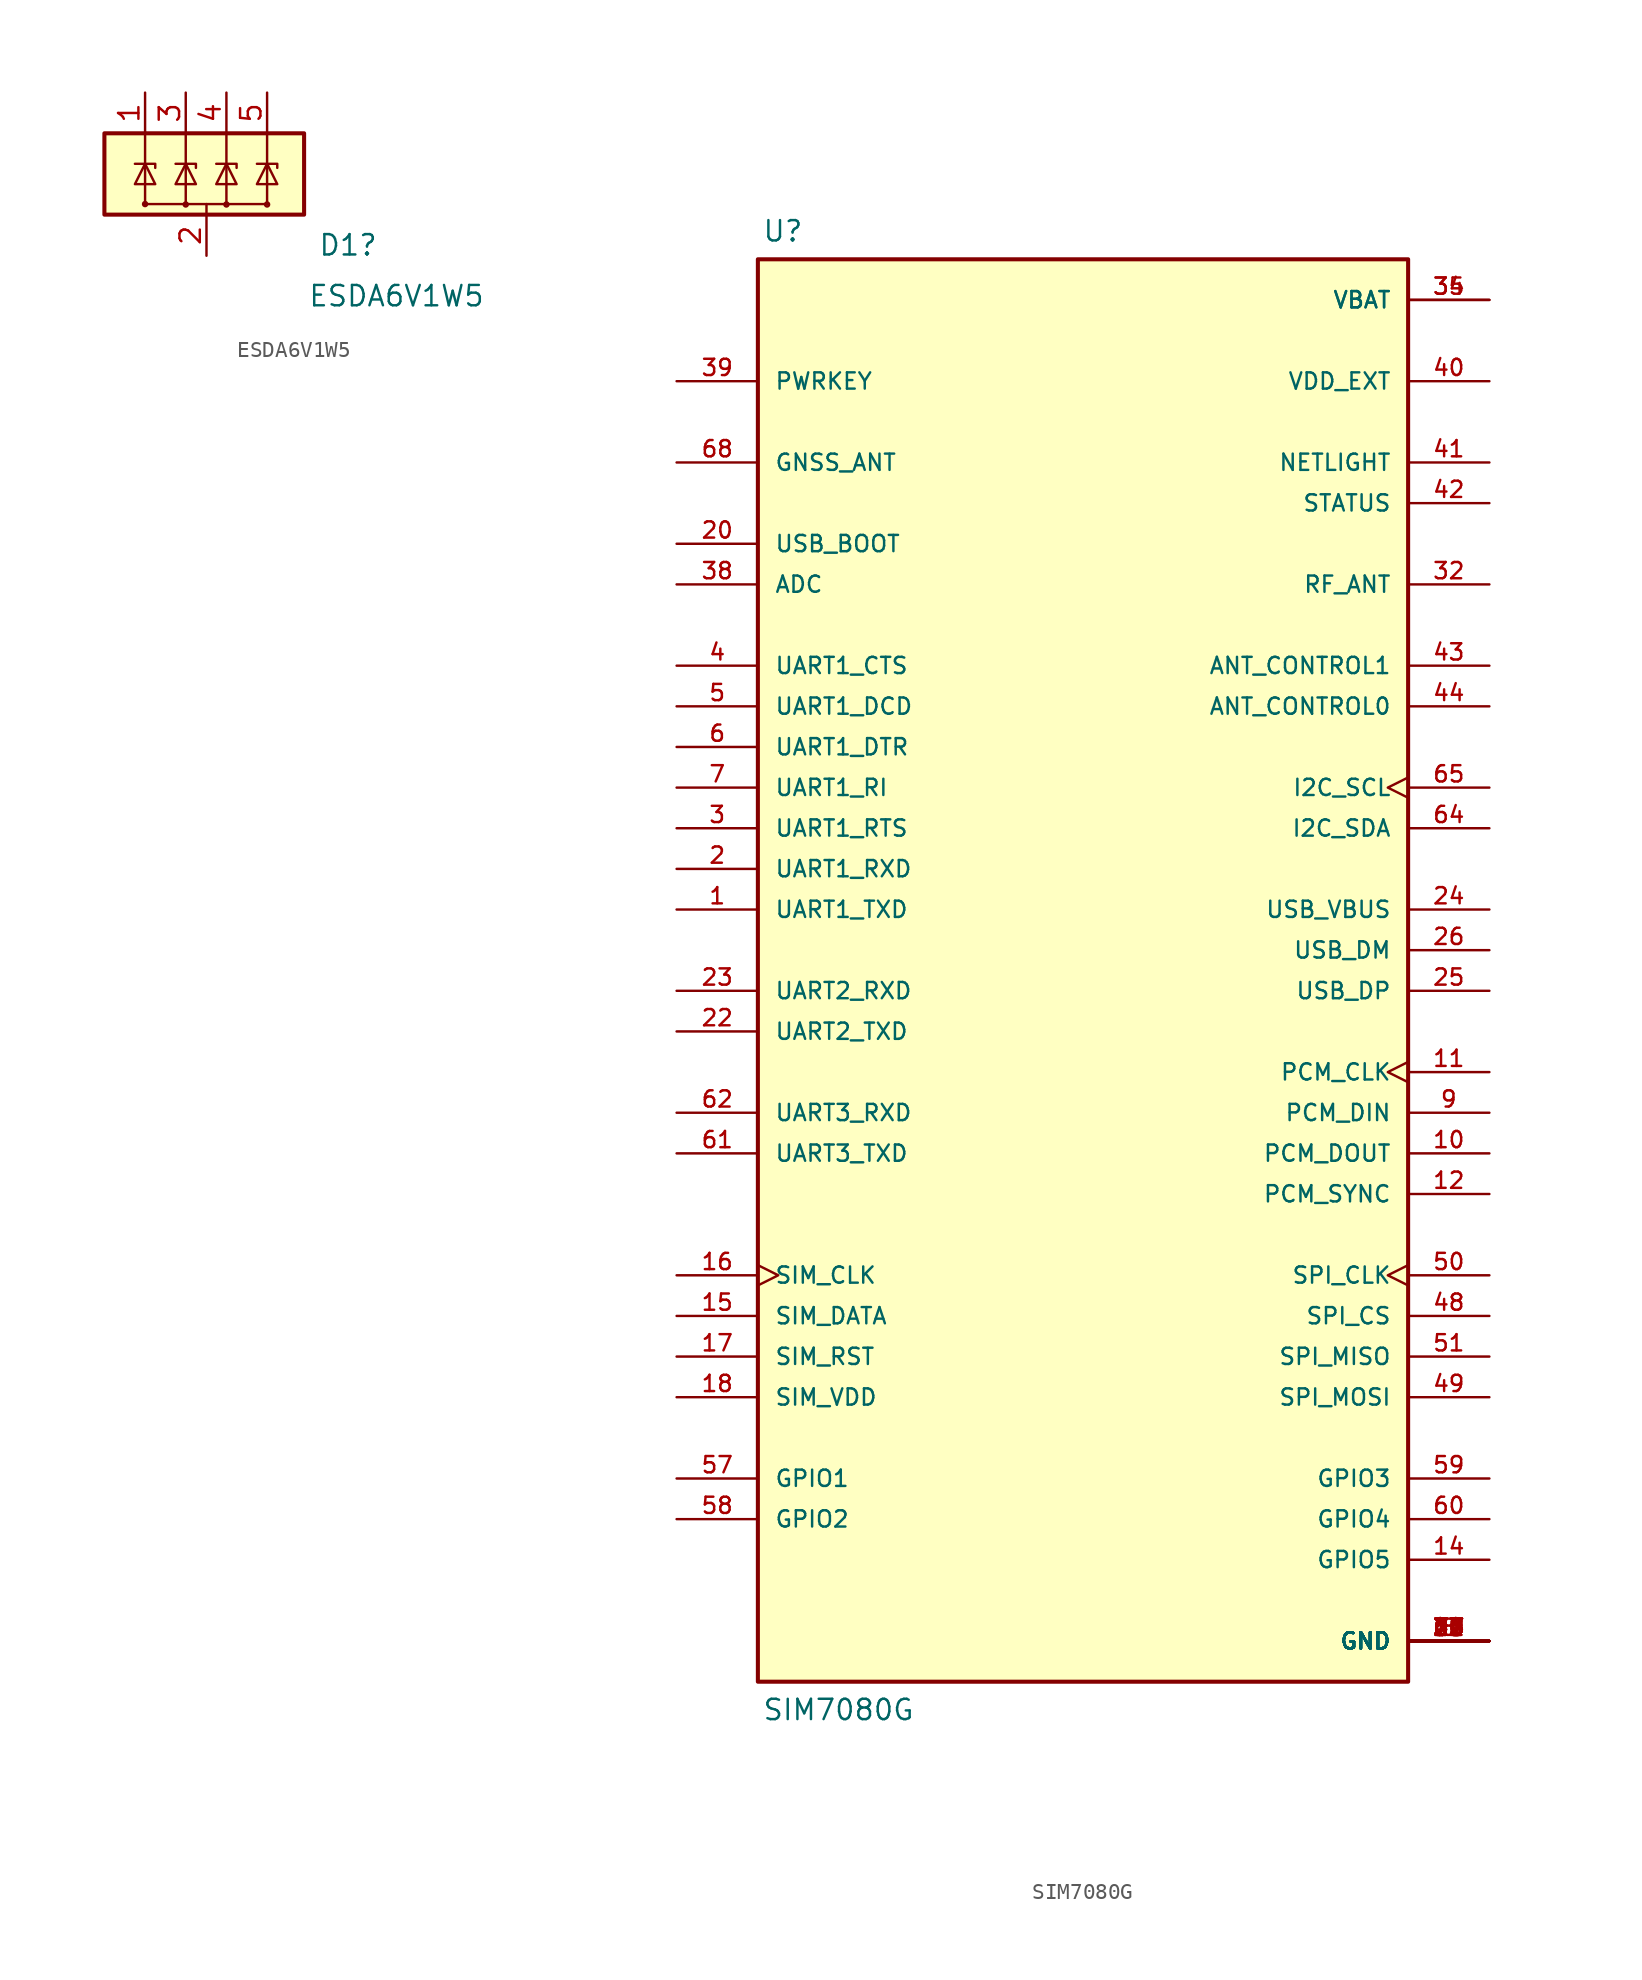
<source format=kicad_sym>
(kicad_symbol_lib
  (version 20220914)
  (generator kicad_symbol_editor)
  (symbol "ESDA6V1W5"
    (pin_names hide)
    (property "Reference" "D1"
      (at 5.715 -4.445 0)
      (effects (font (size 1.27 1.27)) (justify left)))
    (property "Value" "ESDA6V1W5"
      (at 5.08 -7.62 0)
      (effects (font (size 1.27 1.27)) (justify left)))
    (symbol "ESDA6V1W5_0_0"
      (pin passive line (at -1.245 -5.105 90) (length 2.54) (name "GND" (effects (font (size 1.27 1.27)))) (number "2" (effects (font (size 1.27 1.27))))))
    (symbol "ESDA6V1W5_0_1"
      (rectangle (start -7.62 2.54) (end 4.851 -2.54) (stroke (width 0.254) (type default)) (fill (type background)))
      (circle (center -5.08 -1.88) (radius 0.127) (stroke (width 0) (type default)) (fill (type none)))
      (circle (center -2.54 -1.905) (radius 0.127) (stroke (width 0) (type default)) (fill (type none)))
      (circle (center 0 -1.905) (radius 0.127) (stroke (width 0) (type default)) (fill (type none)))
      (polyline (pts (xy -5.08 -1.88) (xy -5.08 2.616)) (stroke (width 0) (type default)) (fill (type none)))
      (polyline (pts (xy -2.54 2.54) (xy -2.54 -1.905)) (stroke (width 0) (type default)) (fill (type none)))
      (polyline (pts (xy -1.245 -2.565) (xy -1.245 -1.88)) (stroke (width 0) (type default)) (fill (type none)))
      (polyline (pts (xy 0 2.515) (xy 0 -1.905)) (stroke (width 0) (type default)) (fill (type none)))
      (polyline (pts (xy 2.54 -1.88) (xy -5.105 -1.88)) (stroke (width 0) (type default)) (fill (type none)))
      (polyline (pts (xy 2.54 2.54) (xy 2.54 -1.905)) (stroke (width 0) (type default)) (fill (type none)))
      (polyline (pts (xy -5.715 0.635) (xy -4.445 0.635) (xy -4.445 0.381)) (stroke (width 0) (type default)) (fill (type none)))
      (polyline (pts (xy -3.175 0.635) (xy -1.905 0.635) (xy -1.905 0.381)) (stroke (width 0) (type default)) (fill (type none)))
      (polyline (pts (xy -0.635 0.635) (xy 0.635 0.635) (xy 0.635 0.381)) (stroke (width 0) (type default)) (fill (type none)))
      (polyline (pts (xy 1.905 0.635) (xy 3.175 0.635) (xy 3.175 0.381)) (stroke (width 0) (type default)) (fill (type none)))
      (polyline (pts (xy -5.715 -0.635) (xy -4.445 -0.635) (xy -5.08 0.635) (xy -5.715 -0.635)) (stroke (width 0) (type default)) (fill (type none)))
      (polyline (pts (xy -3.175 -0.635) (xy -1.905 -0.635) (xy -2.54 0.635) (xy -3.175 -0.635)) (stroke (width 0) (type default)) (fill (type none)))
      (polyline (pts (xy -0.635 -0.635) (xy 0.635 -0.635) (xy 0 0.635) (xy -0.635 -0.635)) (stroke (width 0) (type default)) (fill (type none)))
      (polyline (pts (xy 1.905 -0.635) (xy 3.175 -0.635) (xy 2.54 0.635) (xy 1.905 -0.635)) (stroke (width 0) (type default)) (fill (type none)))
      (circle (center 2.54 -1.905) (radius 0.127) (stroke (width 0) (type default)) (fill (type none))))
    (symbol "ESDA6V1W5_1_1"
      (pin passive line (at -5.08 5.08 270) (length 2.54) (name "IO1" (effects (font (size 1.27 1.27)))) (number "1" (effects (font (size 1.27 1.27)))))
      (pin passive line (at -2.54 5.08 270) (length 2.54) (name "IO2" (effects (font (size 1.27 1.27)))) (number "3" (effects (font (size 1.27 1.27)))))
      (pin passive line (at 0 5.08 270) (length 2.54) (name "IO3" (effects (font (size 1.27 1.27)))) (number "4" (effects (font (size 1.27 1.27)))))
      (pin passive line (at 2.54 5.08 270) (length 2.54) (name "IO4" (effects (font (size 1.27 1.27)))) (number "5" (effects (font (size 1.27 1.27)))))))
  (symbol "SIM7080G"
    (pin_names
      (offset 1.016))
    (property "Reference" "U"
      (at -20.066 44.196 0)
      (effects (font (size 1.27 1.27)) (justify left bottom)))
    (property "Value" "SIM7080G"
      (at -20.066 -46.736 0)
      (effects (font (size 1.27 1.27)) (justify left top)))
    (symbol "SIM7080G_0_0"
      (rectangle (start -20.32 -45.72) (end 20.32 43.18) (stroke (width 0.254) (type default)) (fill (type background)))
      (pin output line (at -25.4 2.54 0) (length 5.08) (name "UART1_TXD" (effects (font (size 1.016 1.016)))) (number "1" (effects (font (size 1.016 1.016)))))
      (pin output line (at 25.4 -12.7 180) (length 5.08) (name "PCM_DOUT" (effects (font (size 1.016 1.016)))) (number "10" (effects (font (size 1.016 1.016)))))
      (pin output clock (at 25.4 -7.62 180) (length 5.08) (name "PCM_CLK" (effects (font (size 1.016 1.016)))) (number "11" (effects (font (size 1.016 1.016)))))
      (pin output line (at 25.4 -15.24 180) (length 5.08) (name "PCM_SYNC" (effects (font (size 1.016 1.016)))) (number "12" (effects (font (size 1.016 1.016)))))
      (pin power_in line (at 25.4 -43.18 180) (length 5.08) (name "GND" (effects (font (size 1.016 1.016)))) (number "13" (effects (font (size 1.016 1.016)))))
      (pin bidirectional line (at 25.4 -38.1 180) (length 5.08) (name "GPIO5" (effects (font (size 1.016 1.016)))) (number "14" (effects (font (size 1.016 1.016)))))
      (pin bidirectional line (at -25.4 -22.86 0) (length 5.08) (name "SIM_DATA" (effects (font (size 1.016 1.016)))) (number "15" (effects (font (size 1.016 1.016)))))
      (pin output clock (at -25.4 -20.32 0) (length 5.08) (name "SIM_CLK" (effects (font (size 1.016 1.016)))) (number "16" (effects (font (size 1.016 1.016)))))
      (pin output line (at -25.4 -25.4 0) (length 5.08) (name "SIM_RST" (effects (font (size 1.016 1.016)))) (number "17" (effects (font (size 1.016 1.016)))))
      (pin output line (at -25.4 -27.94 0) (length 5.08) (name "SIM_VDD" (effects (font (size 1.016 1.016)))) (number "18" (effects (font (size 1.016 1.016)))))
      (pin power_in line (at 25.4 -43.18 180) (length 5.08) (name "GND" (effects (font (size 1.016 1.016)))) (number "19" (effects (font (size 1.016 1.016)))))
      (pin input line (at -25.4 5.08 0) (length 5.08) (name "UART1_RXD" (effects (font (size 1.016 1.016)))) (number "2" (effects (font (size 1.016 1.016)))))
      (pin input line (at -25.4 25.4 0) (length 5.08) (name "USB_BOOT" (effects (font (size 1.016 1.016)))) (number "20" (effects (font (size 1.016 1.016)))))
      (pin power_in line (at 25.4 -43.18 180) (length 5.08) (name "GND" (effects (font (size 1.016 1.016)))) (number "21" (effects (font (size 1.016 1.016)))))
      (pin output line (at -25.4 -5.08 0) (length 5.08) (name "UART2_TXD" (effects (font (size 1.016 1.016)))) (number "22" (effects (font (size 1.016 1.016)))))
      (pin input line (at -25.4 -2.54 0) (length 5.08) (name "UART2_RXD" (effects (font (size 1.016 1.016)))) (number "23" (effects (font (size 1.016 1.016)))))
      (pin input line (at 25.4 2.54 180) (length 5.08) (name "USB_VBUS" (effects (font (size 1.016 1.016)))) (number "24" (effects (font (size 1.016 1.016)))))
      (pin bidirectional line (at 25.4 -2.54 180) (length 5.08) (name "USB_DP" (effects (font (size 1.016 1.016)))) (number "25" (effects (font (size 1.016 1.016)))))
      (pin bidirectional line (at 25.4 0 180) (length 5.08) (name "USB_DM" (effects (font (size 1.016 1.016)))) (number "26" (effects (font (size 1.016 1.016)))))
      (pin power_in line (at 25.4 -43.18 180) (length 5.08) (name "GND" (effects (font (size 1.016 1.016)))) (number "27" (effects (font (size 1.016 1.016)))))
      (pin input line (at -25.4 7.62 0) (length 5.08) (name "UART1_RTS" (effects (font (size 1.016 1.016)))) (number "3" (effects (font (size 1.016 1.016)))))
      (pin power_in line (at 25.4 -43.18 180) (length 5.08) (name "GND" (effects (font (size 1.016 1.016)))) (number "30" (effects (font (size 1.016 1.016)))))
      (pin power_in line (at 25.4 -43.18 180) (length 5.08) (name "GND" (effects (font (size 1.016 1.016)))) (number "31" (effects (font (size 1.016 1.016)))))
      (pin bidirectional line (at 25.4 22.86 180) (length 5.08) (name "RF_ANT" (effects (font (size 1.016 1.016)))) (number "32" (effects (font (size 1.016 1.016)))))
      (pin power_in line (at 25.4 -43.18 180) (length 5.08) (name "GND" (effects (font (size 1.016 1.016)))) (number "33" (effects (font (size 1.016 1.016)))))
      (pin power_in line (at 25.4 40.64 180) (length 5.08) (name "VBAT" (effects (font (size 1.016 1.016)))) (number "34" (effects (font (size 1.016 1.016)))))
      (pin power_in line (at 25.4 40.64 180) (length 5.08) (name "VBAT" (effects (font (size 1.016 1.016)))) (number "35" (effects (font (size 1.016 1.016)))))
      (pin power_in line (at 25.4 -43.18 180) (length 5.08) (name "GND" (effects (font (size 1.016 1.016)))) (number "36" (effects (font (size 1.016 1.016)))))
      (pin power_in line (at 25.4 -43.18 180) (length 5.08) (name "GND" (effects (font (size 1.016 1.016)))) (number "37" (effects (font (size 1.016 1.016)))))
      (pin input line (at -25.4 22.86 0) (length 5.08) (name "ADC" (effects (font (size 1.016 1.016)))) (number "38" (effects (font (size 1.016 1.016)))))
      (pin input line (at -25.4 35.56 0) (length 5.08) (name "PWRKEY" (effects (font (size 1.016 1.016)))) (number "39" (effects (font (size 1.016 1.016)))))
      (pin output line (at -25.4 17.78 0) (length 5.08) (name "UART1_CTS" (effects (font (size 1.016 1.016)))) (number "4" (effects (font (size 1.016 1.016)))))
      (pin output line (at 25.4 35.56 180) (length 5.08) (name "VDD_EXT" (effects (font (size 1.016 1.016)))) (number "40" (effects (font (size 1.016 1.016)))))
      (pin output line (at 25.4 30.48 180) (length 5.08) (name "NETLIGHT" (effects (font (size 1.016 1.016)))) (number "41" (effects (font (size 1.016 1.016)))))
      (pin output line (at 25.4 27.94 180) (length 5.08) (name "STATUS" (effects (font (size 1.016 1.016)))) (number "42" (effects (font (size 1.016 1.016)))))
      (pin bidirectional line (at 25.4 17.78 180) (length 5.08) (name "ANT_CONTROL1" (effects (font (size 1.016 1.016)))) (number "43" (effects (font (size 1.016 1.016)))))
      (pin output line (at 25.4 15.24 180) (length 5.08) (name "ANT_CONTROL0" (effects (font (size 1.016 1.016)))) (number "44" (effects (font (size 1.016 1.016)))))
      (pin power_in line (at 25.4 -43.18 180) (length 5.08) (name "GND" (effects (font (size 1.016 1.016)))) (number "45" (effects (font (size 1.016 1.016)))))
      (pin output line (at 25.4 -22.86 180) (length 5.08) (name "SPI_CS" (effects (font (size 1.016 1.016)))) (number "48" (effects (font (size 1.016 1.016)))))
      (pin output line (at 25.4 -27.94 180) (length 5.08) (name "SPI_MOSI" (effects (font (size 1.016 1.016)))) (number "49" (effects (font (size 1.016 1.016)))))
      (pin output line (at -25.4 15.24 0) (length 5.08) (name "UART1_DCD" (effects (font (size 1.016 1.016)))) (number "5" (effects (font (size 1.016 1.016)))))
      (pin output clock (at 25.4 -20.32 180) (length 5.08) (name "SPI_CLK" (effects (font (size 1.016 1.016)))) (number "50" (effects (font (size 1.016 1.016)))))
      (pin input line (at 25.4 -25.4 180) (length 5.08) (name "SPI_MISO" (effects (font (size 1.016 1.016)))) (number "51" (effects (font (size 1.016 1.016)))))
      (pin bidirectional line (at -25.4 -33.02 0) (length 5.08) (name "GPIO1" (effects (font (size 1.016 1.016)))) (number "57" (effects (font (size 1.016 1.016)))))
      (pin bidirectional line (at -25.4 -35.56 0) (length 5.08) (name "GPIO2" (effects (font (size 1.016 1.016)))) (number "58" (effects (font (size 1.016 1.016)))))
      (pin bidirectional line (at 25.4 -33.02 180) (length 5.08) (name "GPIO3" (effects (font (size 1.016 1.016)))) (number "59" (effects (font (size 1.016 1.016)))))
      (pin input line (at -25.4 12.7 0) (length 5.08) (name "UART1_DTR" (effects (font (size 1.016 1.016)))) (number "6" (effects (font (size 1.016 1.016)))))
      (pin bidirectional line (at 25.4 -35.56 180) (length 5.08) (name "GPIO4" (effects (font (size 1.016 1.016)))) (number "60" (effects (font (size 1.016 1.016)))))
      (pin output line (at -25.4 -12.7 0) (length 5.08) (name "UART3_TXD" (effects (font (size 1.016 1.016)))) (number "61" (effects (font (size 1.016 1.016)))))
      (pin input line (at -25.4 -10.16 0) (length 5.08) (name "UART3_RXD" (effects (font (size 1.016 1.016)))) (number "62" (effects (font (size 1.016 1.016)))))
      (pin power_in line (at 25.4 -43.18 180) (length 5.08) (name "GND" (effects (font (size 1.016 1.016)))) (number "63" (effects (font (size 1.016 1.016)))))
      (pin bidirectional line (at 25.4 7.62 180) (length 5.08) (name "I2C_SDA" (effects (font (size 1.016 1.016)))) (number "64" (effects (font (size 1.016 1.016)))))
      (pin output clock (at 25.4 10.16 180) (length 5.08) (name "I2C_SCL" (effects (font (size 1.016 1.016)))) (number "65" (effects (font (size 1.016 1.016)))))
      (pin power_in line (at 25.4 -43.18 180) (length 5.08) (name "GND" (effects (font (size 1.016 1.016)))) (number "66" (effects (font (size 1.016 1.016)))))
      (pin power_in line (at 25.4 -43.18 180) (length 5.08) (name "GND" (effects (font (size 1.016 1.016)))) (number "67" (effects (font (size 1.016 1.016)))))
      (pin input line (at -25.4 30.48 0) (length 5.08) (name "GNSS_ANT" (effects (font (size 1.016 1.016)))) (number "68" (effects (font (size 1.016 1.016)))))
      (pin power_in line (at 25.4 -43.18 180) (length 5.08) (name "GND" (effects (font (size 1.016 1.016)))) (number "69" (effects (font (size 1.016 1.016)))))
      (pin output line (at -25.4 10.16 0) (length 5.08) (name "UART1_RI" (effects (font (size 1.016 1.016)))) (number "7" (effects (font (size 1.016 1.016)))))
      (pin power_in line (at 25.4 -43.18 180) (length 5.08) (name "GND" (effects (font (size 1.016 1.016)))) (number "70" (effects (font (size 1.016 1.016)))))
      (pin power_in line (at 25.4 -43.18 180) (length 5.08) (name "GND" (effects (font (size 1.016 1.016)))) (number "71" (effects (font (size 1.016 1.016)))))
      (pin power_in line (at 25.4 -43.18 180) (length 5.08) (name "GND" (effects (font (size 1.016 1.016)))) (number "72" (effects (font (size 1.016 1.016)))))
      (pin power_in line (at 25.4 -43.18 180) (length 5.08) (name "GND" (effects (font (size 1.016 1.016)))) (number "73" (effects (font (size 1.016 1.016)))))
      (pin power_in line (at 25.4 -43.18 180) (length 5.08) (name "GND" (effects (font (size 1.016 1.016)))) (number "74" (effects (font (size 1.016 1.016)))))
      (pin power_in line (at 25.4 -43.18 180) (length 5.08) (name "GND" (effects (font (size 1.016 1.016)))) (number "75" (effects (font (size 1.016 1.016)))))
      (pin power_in line (at 25.4 -43.18 180) (length 5.08) (name "GND" (effects (font (size 1.016 1.016)))) (number "76" (effects (font (size 1.016 1.016)))))
      (pin power_in line (at 25.4 -43.18 180) (length 5.08) (name "GND" (effects (font (size 1.016 1.016)))) (number "77" (effects (font (size 1.016 1.016)))))
      (pin power_in line (at 25.4 -43.18 180) (length 5.08) (name "GND" (effects (font (size 1.016 1.016)))) (number "8" (effects (font (size 1.016 1.016)))))
      (pin input line (at 25.4 -10.16 180) (length 5.08) (name "PCM_DIN" (effects (font (size 1.016 1.016)))) (number "9" (effects (font (size 1.016 1.016))))))))
</source>
